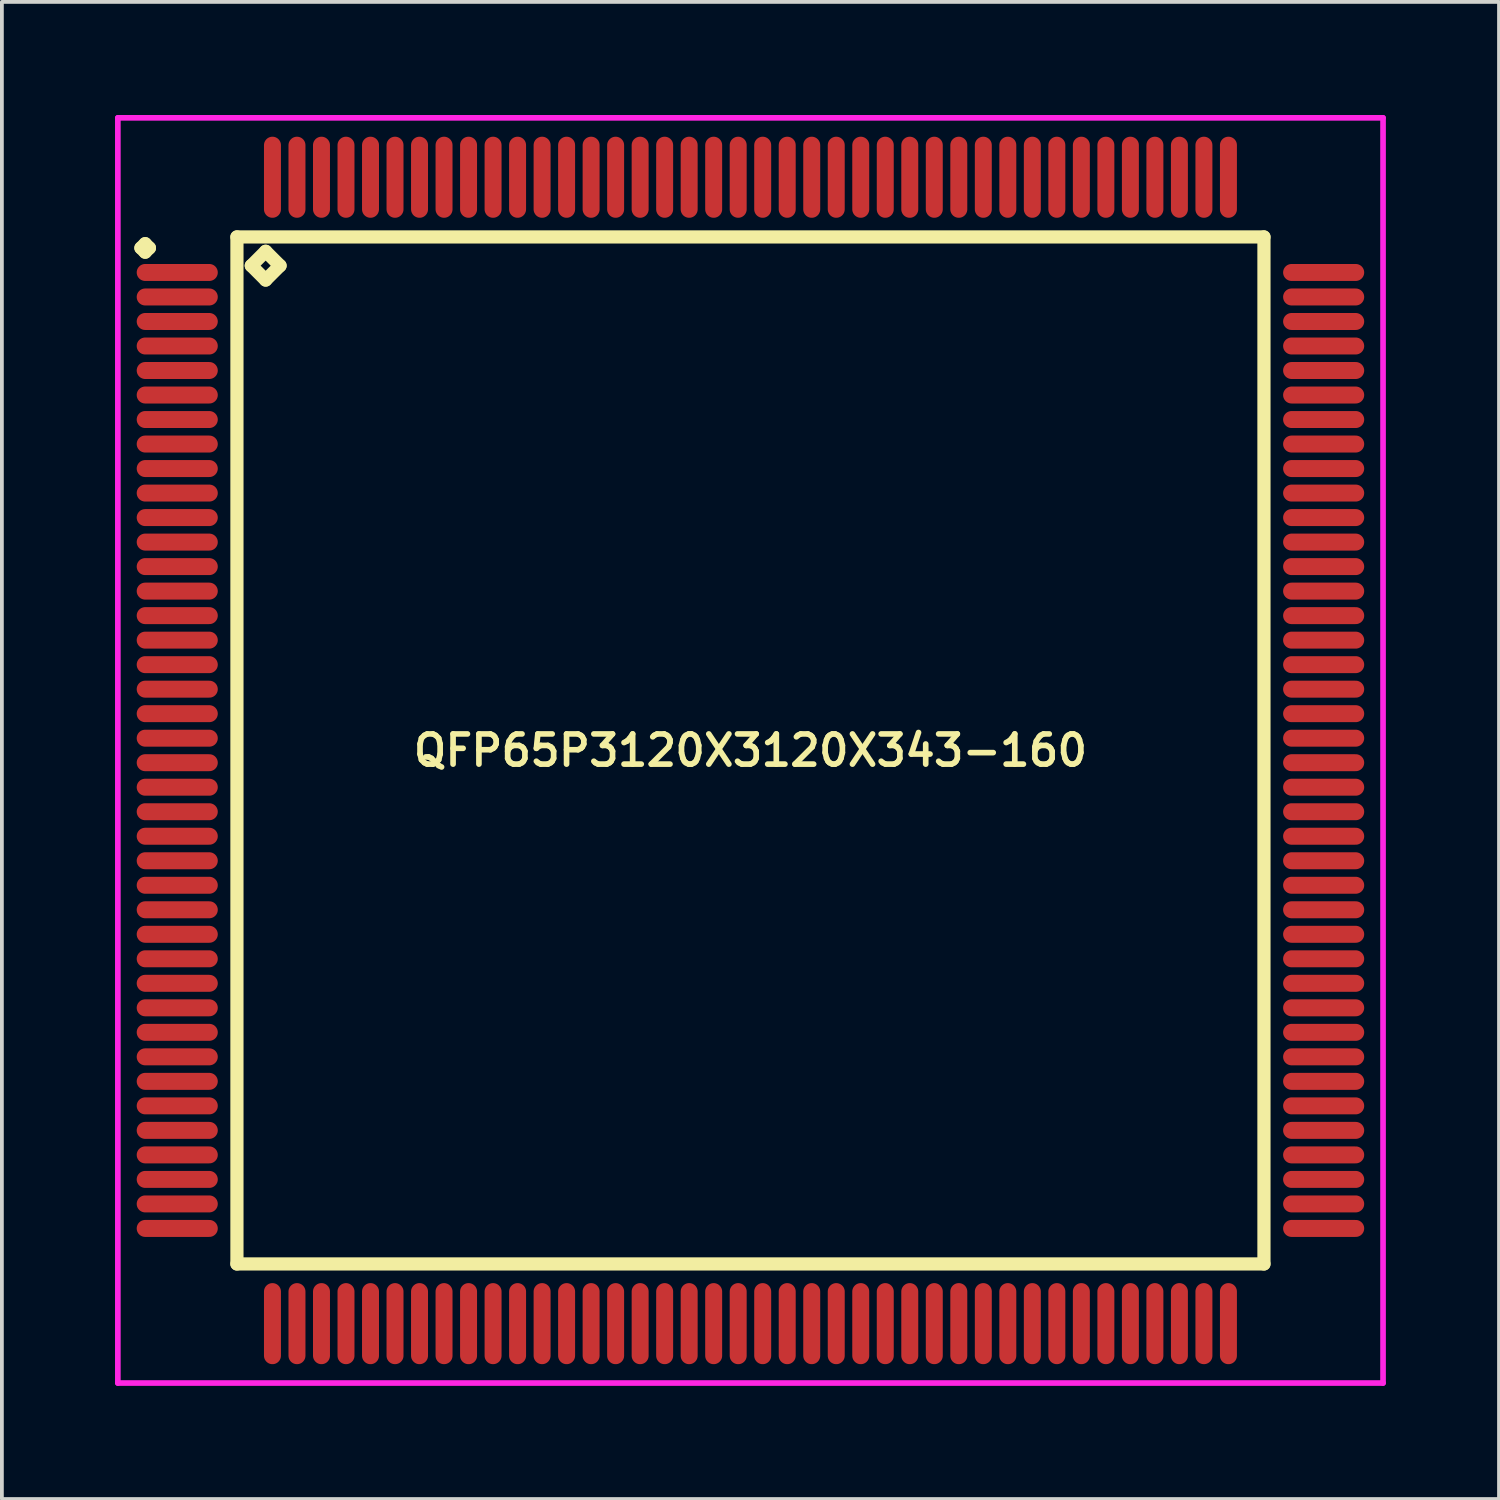
<source format=kicad_pcb>
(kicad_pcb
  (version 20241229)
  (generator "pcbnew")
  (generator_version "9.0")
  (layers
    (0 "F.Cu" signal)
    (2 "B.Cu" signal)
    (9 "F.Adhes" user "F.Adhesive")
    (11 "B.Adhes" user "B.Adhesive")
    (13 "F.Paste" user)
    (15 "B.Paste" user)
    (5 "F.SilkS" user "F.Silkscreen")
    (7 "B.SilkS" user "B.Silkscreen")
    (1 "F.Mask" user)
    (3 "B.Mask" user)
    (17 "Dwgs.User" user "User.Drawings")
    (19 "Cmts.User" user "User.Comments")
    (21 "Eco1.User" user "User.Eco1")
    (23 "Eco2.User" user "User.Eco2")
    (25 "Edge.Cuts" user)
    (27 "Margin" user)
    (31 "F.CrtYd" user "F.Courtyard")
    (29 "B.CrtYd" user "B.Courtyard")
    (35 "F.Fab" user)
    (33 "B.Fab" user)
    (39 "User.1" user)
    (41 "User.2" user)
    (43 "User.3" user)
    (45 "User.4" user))
  (footprint "QFP65P3120X3120X343-160"
    (layer "F.Cu")
    (at 16.85 16.85)
    (property "Reference" "QFP65P3120X3120X343-160" (at 0 0 0) (layer "F.SilkS") (effects (font (size 0.8 0.8) (thickness 0.15))))
    (attr smd)
    (fp_line (start -16.163 -13.325) (end -16.05 -13.438) (stroke (width 0.35) (type solid)) (layer "F.SilkS"))
    (fp_line (start -16.05 -13.438) (end -15.938 -13.325) (stroke (width 0.35) (type solid)) (layer "F.SilkS"))
    (fp_line (start -16.05 -13.213) (end -16.163 -13.325) (stroke (width 0.35) (type solid)) (layer "F.SilkS"))
    (fp_line (start -15.938 -13.325) (end -16.05 -13.213) (stroke (width 0.35) (type solid)) (layer "F.SilkS"))
    (fp_line (start -13.617 -13.617) (end -13.617 13.617) (stroke (width 0.35) (type solid)) (layer "F.SilkS"))
    (fp_line (start -13.617 13.617) (end 13.617 13.617) (stroke (width 0.35) (type solid)) (layer "F.SilkS"))
    (fp_line (start -13.236 -12.855) (end -12.855 -13.236) (stroke (width 0.35) (type solid)) (layer "F.SilkS"))
    (fp_line (start -12.855 -13.236) (end -12.474 -12.855) (stroke (width 0.35) (type solid)) (layer "F.SilkS"))
    (fp_line (start -12.855 -12.474) (end -13.236 -12.855) (stroke (width 0.35) (type solid)) (layer "F.SilkS"))
    (fp_line (start -12.474 -12.855) (end -12.855 -12.474) (stroke (width 0.35) (type solid)) (layer "F.SilkS"))
    (fp_line (start 13.617 -13.617) (end -13.617 -13.617) (stroke (width 0.35) (type solid)) (layer "F.SilkS"))
    (fp_line (start 13.617 13.617) (end 13.617 -13.617) (stroke (width 0.35) (type solid)) (layer "F.SilkS"))
    (fp_line (start -16.775 -16.775) (end 16.775 -16.775) (stroke (width 0.15) (type solid)) (layer "F.CrtYd"))
    (fp_line (start -16.775 16.775) (end -16.775 -16.775) (stroke (width 0.15) (type solid)) (layer "F.CrtYd"))
    (fp_line (start 16.775 -16.775) (end 16.775 16.775) (stroke (width 0.15) (type solid)) (layer "F.CrtYd"))
    (fp_line (start 16.775 16.775) (end -16.775 16.775) (stroke (width 0.15) (type solid)) (layer "F.CrtYd"))
    (pad "1" smd oval (at -15.2 -12.675) (size 2.15 0.45) (layers "F.Cu" "F.Mask" "F.Paste"))
    (pad "2" smd oval (at -15.2 -12.025) (size 2.15 0.45) (layers "F.Cu" "F.Mask" "F.Paste"))
    (pad "3" smd oval (at -15.2 -11.375) (size 2.15 0.45) (layers "F.Cu" "F.Mask" "F.Paste"))
    (pad "4" smd oval (at -15.2 -10.725) (size 2.15 0.45) (layers "F.Cu" "F.Mask" "F.Paste"))
    (pad "5" smd oval (at -15.2 -10.075) (size 2.15 0.45) (layers "F.Cu" "F.Mask" "F.Paste"))
    (pad "6" smd oval (at -15.2 -9.425) (size 2.15 0.45) (layers "F.Cu" "F.Mask" "F.Paste"))
    (pad "7" smd oval (at -15.2 -8.775) (size 2.15 0.45) (layers "F.Cu" "F.Mask" "F.Paste"))
    (pad "8" smd oval (at -15.2 -8.125) (size 2.15 0.45) (layers "F.Cu" "F.Mask" "F.Paste"))
    (pad "9" smd oval (at -15.2 -7.475) (size 2.15 0.45) (layers "F.Cu" "F.Mask" "F.Paste"))
    (pad "10" smd oval (at -15.2 -6.825) (size 2.15 0.45) (layers "F.Cu" "F.Mask" "F.Paste"))
    (pad "11" smd oval (at -15.2 -6.175) (size 2.15 0.45) (layers "F.Cu" "F.Mask" "F.Paste"))
    (pad "12" smd oval (at -15.2 -5.525) (size 2.15 0.45) (layers "F.Cu" "F.Mask" "F.Paste"))
    (pad "13" smd oval (at -15.2 -4.875) (size 2.15 0.45) (layers "F.Cu" "F.Mask" "F.Paste"))
    (pad "14" smd oval (at -15.2 -4.225) (size 2.15 0.45) (layers "F.Cu" "F.Mask" "F.Paste"))
    (pad "15" smd oval (at -15.2 -3.575) (size 2.15 0.45) (layers "F.Cu" "F.Mask" "F.Paste"))
    (pad "16" smd oval (at -15.2 -2.925) (size 2.15 0.45) (layers "F.Cu" "F.Mask" "F.Paste"))
    (pad "17" smd oval (at -15.2 -2.275) (size 2.15 0.45) (layers "F.Cu" "F.Mask" "F.Paste"))
    (pad "18" smd oval (at -15.2 -1.625) (size 2.15 0.45) (layers "F.Cu" "F.Mask" "F.Paste"))
    (pad "19" smd oval (at -15.2 -0.975) (size 2.15 0.45) (layers "F.Cu" "F.Mask" "F.Paste"))
    (pad "20" smd oval (at -15.2 -0.325) (size 2.15 0.45) (layers "F.Cu" "F.Mask" "F.Paste"))
    (pad "21" smd oval (at -15.2 0.325) (size 2.15 0.45) (layers "F.Cu" "F.Mask" "F.Paste"))
    (pad "22" smd oval (at -15.2 0.975) (size 2.15 0.45) (layers "F.Cu" "F.Mask" "F.Paste"))
    (pad "23" smd oval (at -15.2 1.625) (size 2.15 0.45) (layers "F.Cu" "F.Mask" "F.Paste"))
    (pad "24" smd oval (at -15.2 2.275) (size 2.15 0.45) (layers "F.Cu" "F.Mask" "F.Paste"))
    (pad "25" smd oval (at -15.2 2.925) (size 2.15 0.45) (layers "F.Cu" "F.Mask" "F.Paste"))
    (pad "26" smd oval (at -15.2 3.575) (size 2.15 0.45) (layers "F.Cu" "F.Mask" "F.Paste"))
    (pad "27" smd oval (at -15.2 4.225) (size 2.15 0.45) (layers "F.Cu" "F.Mask" "F.Paste"))
    (pad "28" smd oval (at -15.2 4.875) (size 2.15 0.45) (layers "F.Cu" "F.Mask" "F.Paste"))
    (pad "29" smd oval (at -15.2 5.525) (size 2.15 0.45) (layers "F.Cu" "F.Mask" "F.Paste"))
    (pad "30" smd oval (at -15.2 6.175) (size 2.15 0.45) (layers "F.Cu" "F.Mask" "F.Paste"))
    (pad "31" smd oval (at -15.2 6.825) (size 2.15 0.45) (layers "F.Cu" "F.Mask" "F.Paste"))
    (pad "32" smd oval (at -15.2 7.475) (size 2.15 0.45) (layers "F.Cu" "F.Mask" "F.Paste"))
    (pad "33" smd oval (at -15.2 8.125) (size 2.15 0.45) (layers "F.Cu" "F.Mask" "F.Paste"))
    (pad "34" smd oval (at -15.2 8.775) (size 2.15 0.45) (layers "F.Cu" "F.Mask" "F.Paste"))
    (pad "35" smd oval (at -15.2 9.425) (size 2.15 0.45) (layers "F.Cu" "F.Mask" "F.Paste"))
    (pad "36" smd oval (at -15.2 10.075) (size 2.15 0.45) (layers "F.Cu" "F.Mask" "F.Paste"))
    (pad "37" smd oval (at -15.2 10.725) (size 2.15 0.45) (layers "F.Cu" "F.Mask" "F.Paste"))
    (pad "38" smd oval (at -15.2 11.375) (size 2.15 0.45) (layers "F.Cu" "F.Mask" "F.Paste"))
    (pad "39" smd oval (at -15.2 12.025) (size 2.15 0.45) (layers "F.Cu" "F.Mask" "F.Paste"))
    (pad "40" smd oval (at -15.2 12.675) (size 2.15 0.45) (layers "F.Cu" "F.Mask" "F.Paste"))
    (pad "41" smd oval (at -12.675 15.2) (size 0.45 2.15) (layers "F.Cu" "F.Mask" "F.Paste"))
    (pad "42" smd oval (at -12.025 15.2) (size 0.45 2.15) (layers "F.Cu" "F.Mask" "F.Paste"))
    (pad "43" smd oval (at -11.375 15.2) (size 0.45 2.15) (layers "F.Cu" "F.Mask" "F.Paste"))
    (pad "44" smd oval (at -10.725 15.2) (size 0.45 2.15) (layers "F.Cu" "F.Mask" "F.Paste"))
    (pad "45" smd oval (at -10.075 15.2) (size 0.45 2.15) (layers "F.Cu" "F.Mask" "F.Paste"))
    (pad "46" smd oval (at -9.425 15.2) (size 0.45 2.15) (layers "F.Cu" "F.Mask" "F.Paste"))
    (pad "47" smd oval (at -8.775 15.2) (size 0.45 2.15) (layers "F.Cu" "F.Mask" "F.Paste"))
    (pad "48" smd oval (at -8.125 15.2) (size 0.45 2.15) (layers "F.Cu" "F.Mask" "F.Paste"))
    (pad "49" smd oval (at -7.475 15.2) (size 0.45 2.15) (layers "F.Cu" "F.Mask" "F.Paste"))
    (pad "50" smd oval (at -6.825 15.2) (size 0.45 2.15) (layers "F.Cu" "F.Mask" "F.Paste"))
    (pad "51" smd oval (at -6.175 15.2) (size 0.45 2.15) (layers "F.Cu" "F.Mask" "F.Paste"))
    (pad "52" smd oval (at -5.525 15.2) (size 0.45 2.15) (layers "F.Cu" "F.Mask" "F.Paste"))
    (pad "53" smd oval (at -4.875 15.2) (size 0.45 2.15) (layers "F.Cu" "F.Mask" "F.Paste"))
    (pad "54" smd oval (at -4.225 15.2) (size 0.45 2.15) (layers "F.Cu" "F.Mask" "F.Paste"))
    (pad "55" smd oval (at -3.575 15.2) (size 0.45 2.15) (layers "F.Cu" "F.Mask" "F.Paste"))
    (pad "56" smd oval (at -2.925 15.2) (size 0.45 2.15) (layers "F.Cu" "F.Mask" "F.Paste"))
    (pad "57" smd oval (at -2.275 15.2) (size 0.45 2.15) (layers "F.Cu" "F.Mask" "F.Paste"))
    (pad "58" smd oval (at -1.625 15.2) (size 0.45 2.15) (layers "F.Cu" "F.Mask" "F.Paste"))
    (pad "59" smd oval (at -0.975 15.2) (size 0.45 2.15) (layers "F.Cu" "F.Mask" "F.Paste"))
    (pad "60" smd oval (at -0.325 15.2) (size 0.45 2.15) (layers "F.Cu" "F.Mask" "F.Paste"))
    (pad "61" smd oval (at 0.325 15.2) (size 0.45 2.15) (layers "F.Cu" "F.Mask" "F.Paste"))
    (pad "62" smd oval (at 0.975 15.2) (size 0.45 2.15) (layers "F.Cu" "F.Mask" "F.Paste"))
    (pad "63" smd oval (at 1.625 15.2) (size 0.45 2.15) (layers "F.Cu" "F.Mask" "F.Paste"))
    (pad "64" smd oval (at 2.275 15.2) (size 0.45 2.15) (layers "F.Cu" "F.Mask" "F.Paste"))
    (pad "65" smd oval (at 2.925 15.2) (size 0.45 2.15) (layers "F.Cu" "F.Mask" "F.Paste"))
    (pad "66" smd oval (at 3.575 15.2) (size 0.45 2.15) (layers "F.Cu" "F.Mask" "F.Paste"))
    (pad "67" smd oval (at 4.225 15.2) (size 0.45 2.15) (layers "F.Cu" "F.Mask" "F.Paste"))
    (pad "68" smd oval (at 4.875 15.2) (size 0.45 2.15) (layers "F.Cu" "F.Mask" "F.Paste"))
    (pad "69" smd oval (at 5.525 15.2) (size 0.45 2.15) (layers "F.Cu" "F.Mask" "F.Paste"))
    (pad "70" smd oval (at 6.175 15.2) (size 0.45 2.15) (layers "F.Cu" "F.Mask" "F.Paste"))
    (pad "71" smd oval (at 6.825 15.2) (size 0.45 2.15) (layers "F.Cu" "F.Mask" "F.Paste"))
    (pad "72" smd oval (at 7.475 15.2) (size 0.45 2.15) (layers "F.Cu" "F.Mask" "F.Paste"))
    (pad "73" smd oval (at 8.125 15.2) (size 0.45 2.15) (layers "F.Cu" "F.Mask" "F.Paste"))
    (pad "74" smd oval (at 8.775 15.2) (size 0.45 2.15) (layers "F.Cu" "F.Mask" "F.Paste"))
    (pad "75" smd oval (at 9.425 15.2) (size 0.45 2.15) (layers "F.Cu" "F.Mask" "F.Paste"))
    (pad "76" smd oval (at 10.075 15.2) (size 0.45 2.15) (layers "F.Cu" "F.Mask" "F.Paste"))
    (pad "77" smd oval (at 10.725 15.2) (size 0.45 2.15) (layers "F.Cu" "F.Mask" "F.Paste"))
    (pad "78" smd oval (at 11.375 15.2) (size 0.45 2.15) (layers "F.Cu" "F.Mask" "F.Paste"))
    (pad "79" smd oval (at 12.025 15.2) (size 0.45 2.15) (layers "F.Cu" "F.Mask" "F.Paste"))
    (pad "80" smd oval (at 12.675 15.2) (size 0.45 2.15) (layers "F.Cu" "F.Mask" "F.Paste"))
    (pad "81" smd oval (at 15.2 12.675) (size 2.15 0.45) (layers "F.Cu" "F.Mask" "F.Paste"))
    (pad "82" smd oval (at 15.2 12.025) (size 2.15 0.45) (layers "F.Cu" "F.Mask" "F.Paste"))
    (pad "83" smd oval (at 15.2 11.375) (size 2.15 0.45) (layers "F.Cu" "F.Mask" "F.Paste"))
    (pad "84" smd oval (at 15.2 10.725) (size 2.15 0.45) (layers "F.Cu" "F.Mask" "F.Paste"))
    (pad "85" smd oval (at 15.2 10.075) (size 2.15 0.45) (layers "F.Cu" "F.Mask" "F.Paste"))
    (pad "86" smd oval (at 15.2 9.425) (size 2.15 0.45) (layers "F.Cu" "F.Mask" "F.Paste"))
    (pad "87" smd oval (at 15.2 8.775) (size 2.15 0.45) (layers "F.Cu" "F.Mask" "F.Paste"))
    (pad "88" smd oval (at 15.2 8.125) (size 2.15 0.45) (layers "F.Cu" "F.Mask" "F.Paste"))
    (pad "89" smd oval (at 15.2 7.475) (size 2.15 0.45) (layers "F.Cu" "F.Mask" "F.Paste"))
    (pad "90" smd oval (at 15.2 6.825) (size 2.15 0.45) (layers "F.Cu" "F.Mask" "F.Paste"))
    (pad "91" smd oval (at 15.2 6.175) (size 2.15 0.45) (layers "F.Cu" "F.Mask" "F.Paste"))
    (pad "92" smd oval (at 15.2 5.525) (size 2.15 0.45) (layers "F.Cu" "F.Mask" "F.Paste"))
    (pad "93" smd oval (at 15.2 4.875) (size 2.15 0.45) (layers "F.Cu" "F.Mask" "F.Paste"))
    (pad "94" smd oval (at 15.2 4.225) (size 2.15 0.45) (layers "F.Cu" "F.Mask" "F.Paste"))
    (pad "95" smd oval (at 15.2 3.575) (size 2.15 0.45) (layers "F.Cu" "F.Mask" "F.Paste"))
    (pad "96" smd oval (at 15.2 2.925) (size 2.15 0.45) (layers "F.Cu" "F.Mask" "F.Paste"))
    (pad "97" smd oval (at 15.2 2.275) (size 2.15 0.45) (layers "F.Cu" "F.Mask" "F.Paste"))
    (pad "98" smd oval (at 15.2 1.625) (size 2.15 0.45) (layers "F.Cu" "F.Mask" "F.Paste"))
    (pad "99" smd oval (at 15.2 0.975) (size 2.15 0.45) (layers "F.Cu" "F.Mask" "F.Paste"))
    (pad "100" smd oval (at 15.2 0.325) (size 2.15 0.45) (layers "F.Cu" "F.Mask" "F.Paste"))
    (pad "101" smd oval (at 15.2 -0.325) (size 2.15 0.45) (layers "F.Cu" "F.Mask" "F.Paste"))
    (pad "102" smd oval (at 15.2 -0.975) (size 2.15 0.45) (layers "F.Cu" "F.Mask" "F.Paste"))
    (pad "103" smd oval (at 15.2 -1.625) (size 2.15 0.45) (layers "F.Cu" "F.Mask" "F.Paste"))
    (pad "104" smd oval (at 15.2 -2.275) (size 2.15 0.45) (layers "F.Cu" "F.Mask" "F.Paste"))
    (pad "105" smd oval (at 15.2 -2.925) (size 2.15 0.45) (layers "F.Cu" "F.Mask" "F.Paste"))
    (pad "106" smd oval (at 15.2 -3.575) (size 2.15 0.45) (layers "F.Cu" "F.Mask" "F.Paste"))
    (pad "107" smd oval (at 15.2 -4.225) (size 2.15 0.45) (layers "F.Cu" "F.Mask" "F.Paste"))
    (pad "108" smd oval (at 15.2 -4.875) (size 2.15 0.45) (layers "F.Cu" "F.Mask" "F.Paste"))
    (pad "109" smd oval (at 15.2 -5.525) (size 2.15 0.45) (layers "F.Cu" "F.Mask" "F.Paste"))
    (pad "110" smd oval (at 15.2 -6.175) (size 2.15 0.45) (layers "F.Cu" "F.Mask" "F.Paste"))
    (pad "111" smd oval (at 15.2 -6.825) (size 2.15 0.45) (layers "F.Cu" "F.Mask" "F.Paste"))
    (pad "112" smd oval (at 15.2 -7.475) (size 2.15 0.45) (layers "F.Cu" "F.Mask" "F.Paste"))
    (pad "113" smd oval (at 15.2 -8.125) (size 2.15 0.45) (layers "F.Cu" "F.Mask" "F.Paste"))
    (pad "114" smd oval (at 15.2 -8.775) (size 2.15 0.45) (layers "F.Cu" "F.Mask" "F.Paste"))
    (pad "115" smd oval (at 15.2 -9.425) (size 2.15 0.45) (layers "F.Cu" "F.Mask" "F.Paste"))
    (pad "116" smd oval (at 15.2 -10.075) (size 2.15 0.45) (layers "F.Cu" "F.Mask" "F.Paste"))
    (pad "117" smd oval (at 15.2 -10.725) (size 2.15 0.45) (layers "F.Cu" "F.Mask" "F.Paste"))
    (pad "118" smd oval (at 15.2 -11.375) (size 2.15 0.45) (layers "F.Cu" "F.Mask" "F.Paste"))
    (pad "119" smd oval (at 15.2 -12.025) (size 2.15 0.45) (layers "F.Cu" "F.Mask" "F.Paste"))
    (pad "120" smd oval (at 15.2 -12.675) (size 2.15 0.45) (layers "F.Cu" "F.Mask" "F.Paste"))
    (pad "121" smd oval (at 12.675 -15.2) (size 0.45 2.15) (layers "F.Cu" "F.Mask" "F.Paste"))
    (pad "122" smd oval (at 12.025 -15.2) (size 0.45 2.15) (layers "F.Cu" "F.Mask" "F.Paste"))
    (pad "123" smd oval (at 11.375 -15.2) (size 0.45 2.15) (layers "F.Cu" "F.Mask" "F.Paste"))
    (pad "124" smd oval (at 10.725 -15.2) (size 0.45 2.15) (layers "F.Cu" "F.Mask" "F.Paste"))
    (pad "125" smd oval (at 10.075 -15.2) (size 0.45 2.15) (layers "F.Cu" "F.Mask" "F.Paste"))
    (pad "126" smd oval (at 9.425 -15.2) (size 0.45 2.15) (layers "F.Cu" "F.Mask" "F.Paste"))
    (pad "127" smd oval (at 8.775 -15.2) (size 0.45 2.15) (layers "F.Cu" "F.Mask" "F.Paste"))
    (pad "128" smd oval (at 8.125 -15.2) (size 0.45 2.15) (layers "F.Cu" "F.Mask" "F.Paste"))
    (pad "129" smd oval (at 7.475 -15.2) (size 0.45 2.15) (layers "F.Cu" "F.Mask" "F.Paste"))
    (pad "130" smd oval (at 6.825 -15.2) (size 0.45 2.15) (layers "F.Cu" "F.Mask" "F.Paste"))
    (pad "131" smd oval (at 6.175 -15.2) (size 0.45 2.15) (layers "F.Cu" "F.Mask" "F.Paste"))
    (pad "132" smd oval (at 5.525 -15.2) (size 0.45 2.15) (layers "F.Cu" "F.Mask" "F.Paste"))
    (pad "133" smd oval (at 4.875 -15.2) (size 0.45 2.15) (layers "F.Cu" "F.Mask" "F.Paste"))
    (pad "134" smd oval (at 4.225 -15.2) (size 0.45 2.15) (layers "F.Cu" "F.Mask" "F.Paste"))
    (pad "135" smd oval (at 3.575 -15.2) (size 0.45 2.15) (layers "F.Cu" "F.Mask" "F.Paste"))
    (pad "136" smd oval (at 2.925 -15.2) (size 0.45 2.15) (layers "F.Cu" "F.Mask" "F.Paste"))
    (pad "137" smd oval (at 2.275 -15.2) (size 0.45 2.15) (layers "F.Cu" "F.Mask" "F.Paste"))
    (pad "138" smd oval (at 1.625 -15.2) (size 0.45 2.15) (layers "F.Cu" "F.Mask" "F.Paste"))
    (pad "139" smd oval (at 0.975 -15.2) (size 0.45 2.15) (layers "F.Cu" "F.Mask" "F.Paste"))
    (pad "140" smd oval (at 0.325 -15.2) (size 0.45 2.15) (layers "F.Cu" "F.Mask" "F.Paste"))
    (pad "141" smd oval (at -0.325 -15.2) (size 0.45 2.15) (layers "F.Cu" "F.Mask" "F.Paste"))
    (pad "142" smd oval (at -0.975 -15.2) (size 0.45 2.15) (layers "F.Cu" "F.Mask" "F.Paste"))
    (pad "143" smd oval (at -1.625 -15.2) (size 0.45 2.15) (layers "F.Cu" "F.Mask" "F.Paste"))
    (pad "144" smd oval (at -2.275 -15.2) (size 0.45 2.15) (layers "F.Cu" "F.Mask" "F.Paste"))
    (pad "145" smd oval (at -2.925 -15.2) (size 0.45 2.15) (layers "F.Cu" "F.Mask" "F.Paste"))
    (pad "146" smd oval (at -3.575 -15.2) (size 0.45 2.15) (layers "F.Cu" "F.Mask" "F.Paste"))
    (pad "147" smd oval (at -4.225 -15.2) (size 0.45 2.15) (layers "F.Cu" "F.Mask" "F.Paste"))
    (pad "148" smd oval (at -4.875 -15.2) (size 0.45 2.15) (layers "F.Cu" "F.Mask" "F.Paste"))
    (pad "149" smd oval (at -5.525 -15.2) (size 0.45 2.15) (layers "F.Cu" "F.Mask" "F.Paste"))
    (pad "150" smd oval (at -6.175 -15.2) (size 0.45 2.15) (layers "F.Cu" "F.Mask" "F.Paste"))
    (pad "151" smd oval (at -6.825 -15.2) (size 0.45 2.15) (layers "F.Cu" "F.Mask" "F.Paste"))
    (pad "152" smd oval (at -7.475 -15.2) (size 0.45 2.15) (layers "F.Cu" "F.Mask" "F.Paste"))
    (pad "153" smd oval (at -8.125 -15.2) (size 0.45 2.15) (layers "F.Cu" "F.Mask" "F.Paste"))
    (pad "154" smd oval (at -8.775 -15.2) (size 0.45 2.15) (layers "F.Cu" "F.Mask" "F.Paste"))
    (pad "155" smd oval (at -9.425 -15.2) (size 0.45 2.15) (layers "F.Cu" "F.Mask" "F.Paste"))
    (pad "156" smd oval (at -10.075 -15.2) (size 0.45 2.15) (layers "F.Cu" "F.Mask" "F.Paste"))
    (pad "157" smd oval (at -10.725 -15.2) (size 0.45 2.15) (layers "F.Cu" "F.Mask" "F.Paste"))
    (pad "158" smd oval (at -11.375 -15.2) (size 0.45 2.15) (layers "F.Cu" "F.Mask" "F.Paste"))
    (pad "159" smd oval (at -12.025 -15.2) (size 0.45 2.15) (layers "F.Cu" "F.Mask" "F.Paste"))
    (pad "160" smd oval (at -12.675 -15.2) (size 0.45 2.15) (layers "F.Cu" "F.Mask" "F.Paste")))
  (gr_rect
    (start -3 -3)
    (end 36.7 36.7)
    (stroke (width 0.1) (type default))
    (fill no)
    (layer "Edge.Cuts")))
</source>
